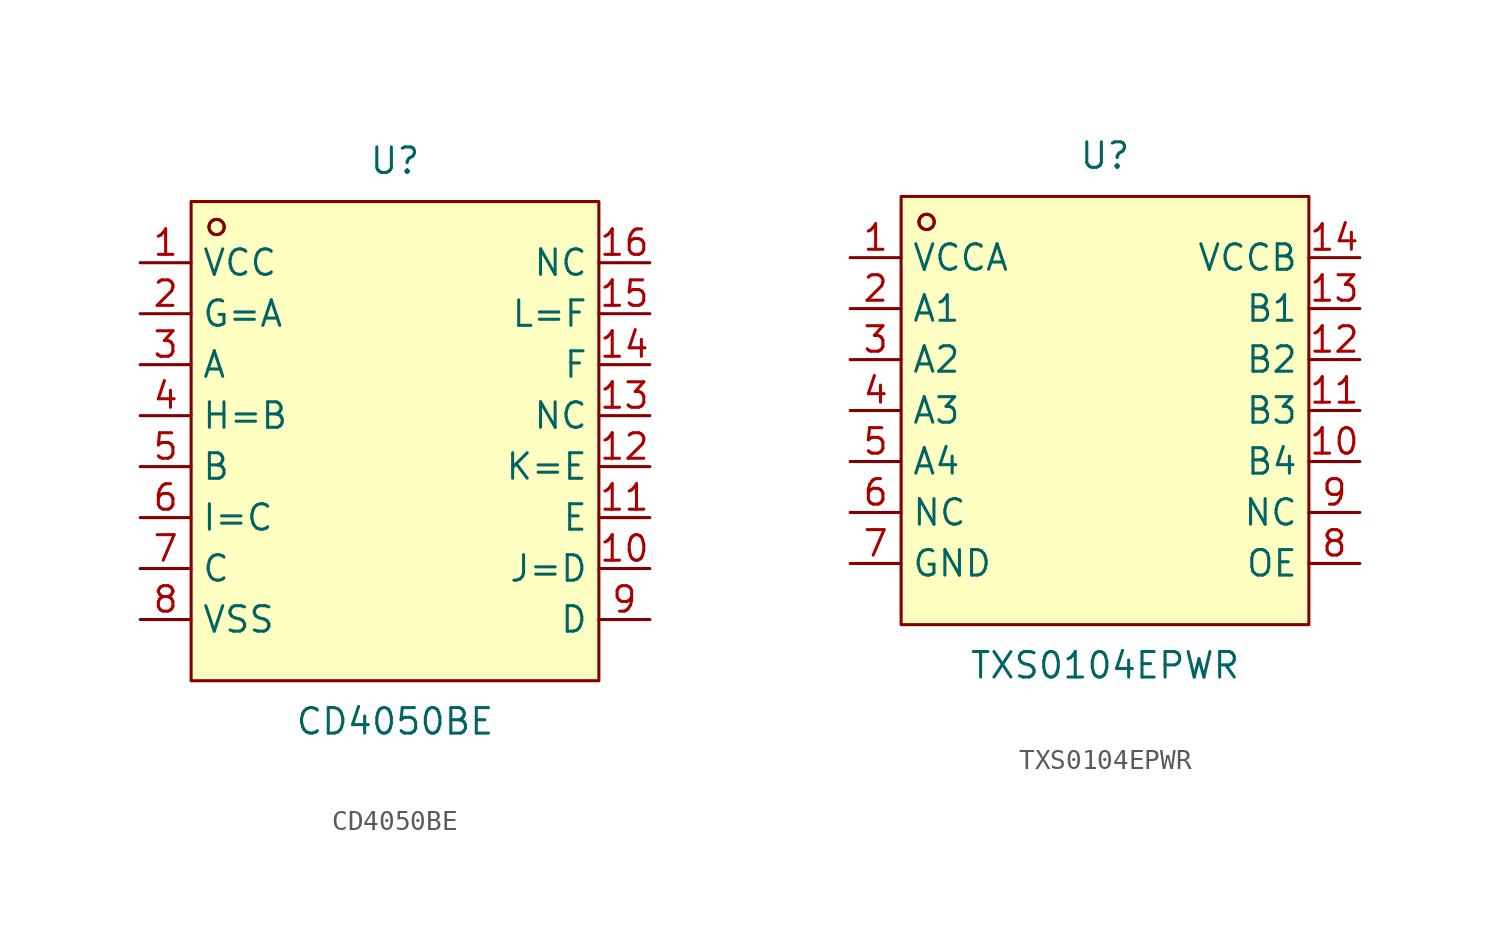
<source format=kicad_sym>
(kicad_symbol_lib
  (version 20211014)
  (generator https://github.com/uPesy/easyeda2kicad.py)
  (symbol "CD4050BE"
    (property "Reference" "U"
      (at 0 13.97 0)
      (effects (font (size 1.27 1.27))))
    (property "Value" "CD4050BE"
      (at 0 -13.97 0)
      (effects (font (size 1.27 1.27))))
    (symbol "CD4050BE_0_1"
      (rectangle (start -10.16 11.94) (end 10.16 -11.94) (stroke (width 0) (type default) (color 0 0 0 0)) (fill (type background)))
      (circle (center -8.89 10.67) (radius 0.38) (stroke (width 0) (type default) (color 0 0 0 0)) (fill (type none)))
      (circle (center -8.89 10.67) (radius 0.38) (stroke (width 0) (type default) (color 0 0 0 0)) (fill (type none)))
      (pin unspecified line (at -12.70 8.89 0) (length 2.54) (name "VCC" (effects (font (size 1.27 1.27)))) (number "1" (effects (font (size 1.27 1.27)))))
      (pin unspecified line (at -12.70 6.35 0) (length 2.54) (name "G=A" (effects (font (size 1.27 1.27)))) (number "2" (effects (font (size 1.27 1.27)))))
      (pin unspecified line (at -12.70 3.81 0) (length 2.54) (name "A" (effects (font (size 1.27 1.27)))) (number "3" (effects (font (size 1.27 1.27)))))
      (pin unspecified line (at -12.70 1.27 0) (length 2.54) (name "H=B" (effects (font (size 1.27 1.27)))) (number "4" (effects (font (size 1.27 1.27)))))
      (pin unspecified line (at -12.70 -1.27 0) (length 2.54) (name "B" (effects (font (size 1.27 1.27)))) (number "5" (effects (font (size 1.27 1.27)))))
      (pin unspecified line (at -12.70 -3.81 0) (length 2.54) (name "I=C" (effects (font (size 1.27 1.27)))) (number "6" (effects (font (size 1.27 1.27)))))
      (pin unspecified line (at -12.70 -6.35 0) (length 2.54) (name "C" (effects (font (size 1.27 1.27)))) (number "7" (effects (font (size 1.27 1.27)))))
      (pin unspecified line (at -12.70 -8.89 0) (length 2.54) (name "VSS" (effects (font (size 1.27 1.27)))) (number "8" (effects (font (size 1.27 1.27)))))
      (pin unspecified line (at 12.70 -8.89 180) (length 2.54) (name "D" (effects (font (size 1.27 1.27)))) (number "9" (effects (font (size 1.27 1.27)))))
      (pin unspecified line (at 12.70 -6.35 180) (length 2.54) (name "J=D" (effects (font (size 1.27 1.27)))) (number "10" (effects (font (size 1.27 1.27)))))
      (pin unspecified line (at 12.70 -3.81 180) (length 2.54) (name "E" (effects (font (size 1.27 1.27)))) (number "11" (effects (font (size 1.27 1.27)))))
      (pin unspecified line (at 12.70 -1.27 180) (length 2.54) (name "K=E" (effects (font (size 1.27 1.27)))) (number "12" (effects (font (size 1.27 1.27)))))
      (pin unspecified line (at 12.70 1.27 180) (length 2.54) (name "NC" (effects (font (size 1.27 1.27)))) (number "13" (effects (font (size 1.27 1.27)))))
      (pin unspecified line (at 12.70 3.81 180) (length 2.54) (name "F" (effects (font (size 1.27 1.27)))) (number "14" (effects (font (size 1.27 1.27)))))
      (pin unspecified line (at 12.70 6.35 180) (length 2.54) (name "L=F" (effects (font (size 1.27 1.27)))) (number "15" (effects (font (size 1.27 1.27)))))
      (pin unspecified line (at 12.70 8.89 180) (length 2.54) (name "NC" (effects (font (size 1.27 1.27)))) (number "16" (effects (font (size 1.27 1.27)))))))
  (symbol "TXS0104EPWR"
    (property "Reference" "U"
      (at 0 12.70 0)
      (effects (font (size 1.27 1.27))))
    (property "Value" "TXS0104EPWR"
      (at 0 -12.70 0)
      (effects (font (size 1.27 1.27))))
    (symbol "TXS0104EPWR_0_1"
      (rectangle (start -10.16 10.67) (end 10.16 -10.67) (stroke (width 0) (type default) (color 0 0 0 0)) (fill (type background)))
      (circle (center -8.89 9.40) (radius 0.38) (stroke (width 0) (type default) (color 0 0 0 0)) (fill (type none)))
      (circle (center -8.89 9.40) (radius 0.38) (stroke (width 0) (type default) (color 0 0 0 0)) (fill (type none)))
      (pin unspecified line (at -12.70 7.62 0) (length 2.54) (name "VCCA" (effects (font (size 1.27 1.27)))) (number "1" (effects (font (size 1.27 1.27)))))
      (pin unspecified line (at -12.70 5.08 0) (length 2.54) (name "A1" (effects (font (size 1.27 1.27)))) (number "2" (effects (font (size 1.27 1.27)))))
      (pin unspecified line (at -12.70 2.54 0) (length 2.54) (name "A2" (effects (font (size 1.27 1.27)))) (number "3" (effects (font (size 1.27 1.27)))))
      (pin unspecified line (at -12.70 -0.00 0) (length 2.54) (name "A3" (effects (font (size 1.27 1.27)))) (number "4" (effects (font (size 1.27 1.27)))))
      (pin unspecified line (at -12.70 -2.54 0) (length 2.54) (name "A4" (effects (font (size 1.27 1.27)))) (number "5" (effects (font (size 1.27 1.27)))))
      (pin unspecified line (at -12.70 -5.08 0) (length 2.54) (name "NC" (effects (font (size 1.27 1.27)))) (number "6" (effects (font (size 1.27 1.27)))))
      (pin unspecified line (at -12.70 -7.62 0) (length 2.54) (name "GND" (effects (font (size 1.27 1.27)))) (number "7" (effects (font (size 1.27 1.27)))))
      (pin unspecified line (at 12.70 -7.62 180) (length 2.54) (name "OE" (effects (font (size 1.27 1.27)))) (number "8" (effects (font (size 1.27 1.27)))))
      (pin unspecified line (at 12.70 -5.08 180) (length 2.54) (name "NC" (effects (font (size 1.27 1.27)))) (number "9" (effects (font (size 1.27 1.27)))))
      (pin unspecified line (at 12.70 -2.54 180) (length 2.54) (name "B4" (effects (font (size 1.27 1.27)))) (number "10" (effects (font (size 1.27 1.27)))))
      (pin unspecified line (at 12.70 -0.00 180) (length 2.54) (name "B3" (effects (font (size 1.27 1.27)))) (number "11" (effects (font (size 1.27 1.27)))))
      (pin unspecified line (at 12.70 2.54 180) (length 2.54) (name "B2" (effects (font (size 1.27 1.27)))) (number "12" (effects (font (size 1.27 1.27)))))
      (pin unspecified line (at 12.70 5.08 180) (length 2.54) (name "B1" (effects (font (size 1.27 1.27)))) (number "13" (effects (font (size 1.27 1.27)))))
      (pin unspecified line (at 12.70 7.62 180) (length 2.54) (name "VCCB" (effects (font (size 1.27 1.27)))) (number "14" (effects (font (size 1.27 1.27))))))))
</source>
